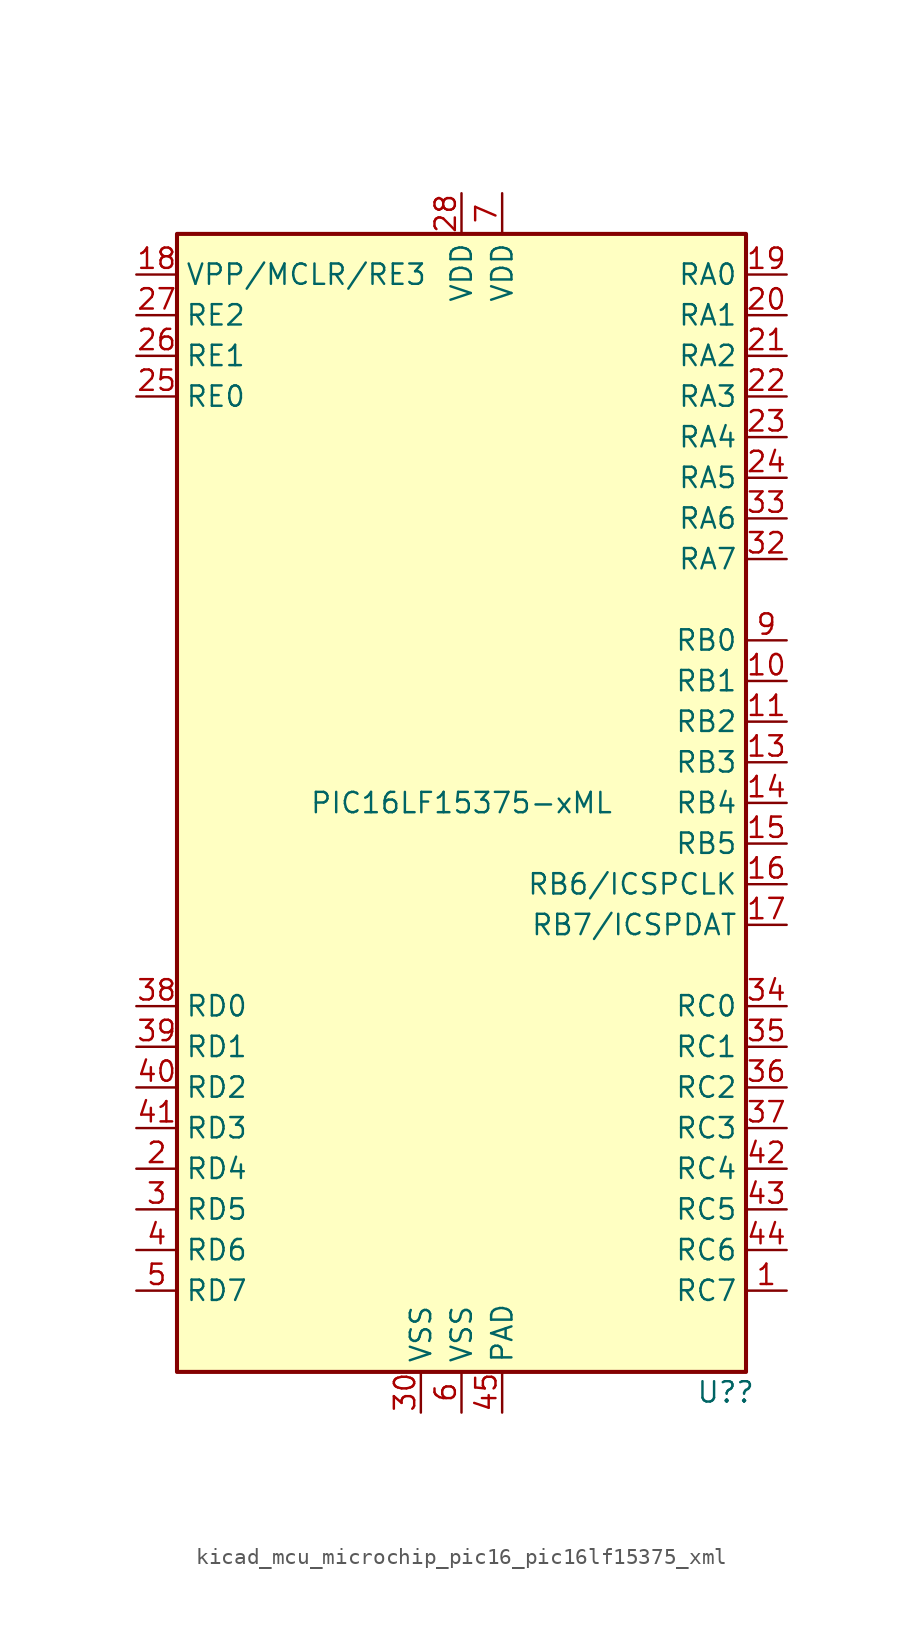
<source format=kicad_sym>
(kicad_symbol_lib
  (version 20220914)
  (generator kicad_symbol_editor)
  (symbol "kicad_mcu_microchip_pic16_pic16lf15375_xml"
    (property "Reference" "U?"
      (at 16.51 -36.83 0)
      (effects (font (size 1.27 1.27))))
    (property "Value" "PIC16LF15375-xML"
      (at 0 0 0)
      (effects (font (size 1.27 1.27))))
    (symbol "kicad_mcu_microchip_pic16_pic16lf15375_xml_0_0"
      (pin no_connect line (at -17.78 0 0) (length 2.54) hide (name "NC" (effects (font (size 1.27 1.27)))) (number "13" (effects (font (size 1.27 1.27)))))
      (pin no_connect line (at -17.78 2.54 0) (length 2.54) hide (name "NC" (effects (font (size 1.27 1.27)))) (number "29" (effects (font (size 1.27 1.27)))))
      (pin no_connect line (at -17.78 7.62 0) (length 2.54) hide (name "NC" (effects (font (size 1.27 1.27)))) (number "31" (effects (font (size 1.27 1.27)))))
      (pin power_in line (at 2.54 -38.1 90) (length 2.54) (name "PAD" (effects (font (size 1.27 1.27)))) (number "45" (effects (font (size 1.27 1.27)))))
      (pin no_connect line (at -17.78 5.08 0) (length 2.54) hide (name "NC" (effects (font (size 1.27 1.27)))) (number "8" (effects (font (size 1.27 1.27))))))
    (symbol "kicad_mcu_microchip_pic16_pic16lf15375_xml_0_1"
      (rectangle (start -17.78 35.56) (end 17.78 -35.56) (stroke (width 0.254) (type default)) (fill (type background))))
    (symbol "kicad_mcu_microchip_pic16_pic16lf15375_xml_1_1"
      (pin bidirectional line (at 20.32 -30.48 180) (length 2.54) (name "RC7" (effects (font (size 1.27 1.27)))) (number "1" (effects (font (size 1.27 1.27)))))
      (pin bidirectional line (at 20.32 7.62 180) (length 2.54) (name "RB1" (effects (font (size 1.27 1.27)))) (number "10" (effects (font (size 1.27 1.27)))))
      (pin bidirectional line (at 20.32 5.08 180) (length 2.54) (name "RB2" (effects (font (size 1.27 1.27)))) (number "11" (effects (font (size 1.27 1.27)))))
      (pin bidirectional line (at 20.32 2.54 180) (length 2.54) (name "RB3" (effects (font (size 1.27 1.27)))) (number "13" (effects (font (size 1.27 1.27)))))
      (pin bidirectional line (at 20.32 0 180) (length 2.54) (name "RB4" (effects (font (size 1.27 1.27)))) (number "14" (effects (font (size 1.27 1.27)))))
      (pin bidirectional line (at 20.32 -2.54 180) (length 2.54) (name "RB5" (effects (font (size 1.27 1.27)))) (number "15" (effects (font (size 1.27 1.27)))))
      (pin bidirectional line (at 20.32 -5.08 180) (length 2.54) (name "RB6/ICSPCLK" (effects (font (size 1.27 1.27)))) (number "16" (effects (font (size 1.27 1.27)))))
      (pin bidirectional line (at 20.32 -7.62 180) (length 2.54) (name "RB7/ICSPDAT" (effects (font (size 1.27 1.27)))) (number "17" (effects (font (size 1.27 1.27)))))
      (pin bidirectional line (at -20.32 33.02 0) (length 2.54) (name "VPP/MCLR/RE3" (effects (font (size 1.27 1.27)))) (number "18" (effects (font (size 1.27 1.27)))))
      (pin bidirectional line (at 20.32 33.02 180) (length 2.54) (name "RA0" (effects (font (size 1.27 1.27)))) (number "19" (effects (font (size 1.27 1.27)))))
      (pin bidirectional line (at -20.32 -22.86 0) (length 2.54) (name "RD4" (effects (font (size 1.27 1.27)))) (number "2" (effects (font (size 1.27 1.27)))))
      (pin bidirectional line (at 20.32 30.48 180) (length 2.54) (name "RA1" (effects (font (size 1.27 1.27)))) (number "20" (effects (font (size 1.27 1.27)))))
      (pin bidirectional line (at 20.32 27.94 180) (length 2.54) (name "RA2" (effects (font (size 1.27 1.27)))) (number "21" (effects (font (size 1.27 1.27)))))
      (pin bidirectional line (at 20.32 25.4 180) (length 2.54) (name "RA3" (effects (font (size 1.27 1.27)))) (number "22" (effects (font (size 1.27 1.27)))))
      (pin bidirectional line (at 20.32 22.86 180) (length 2.54) (name "RA4" (effects (font (size 1.27 1.27)))) (number "23" (effects (font (size 1.27 1.27)))))
      (pin bidirectional line (at 20.32 20.32 180) (length 2.54) (name "RA5" (effects (font (size 1.27 1.27)))) (number "24" (effects (font (size 1.27 1.27)))))
      (pin bidirectional line (at -20.32 25.4 0) (length 2.54) (name "RE0" (effects (font (size 1.27 1.27)))) (number "25" (effects (font (size 1.27 1.27)))))
      (pin bidirectional line (at -20.32 27.94 0) (length 2.54) (name "RE1" (effects (font (size 1.27 1.27)))) (number "26" (effects (font (size 1.27 1.27)))))
      (pin bidirectional line (at -20.32 30.48 0) (length 2.54) (name "RE2" (effects (font (size 1.27 1.27)))) (number "27" (effects (font (size 1.27 1.27)))))
      (pin power_in line (at 0 38.1 270) (length 2.54) (name "VDD" (effects (font (size 1.27 1.27)))) (number "28" (effects (font (size 1.27 1.27)))))
      (pin bidirectional line (at -20.32 -25.4 0) (length 2.54) (name "RD5" (effects (font (size 1.27 1.27)))) (number "3" (effects (font (size 1.27 1.27)))))
      (pin power_in line (at -2.54 -38.1 90) (length 2.54) (name "VSS" (effects (font (size 1.27 1.27)))) (number "30" (effects (font (size 1.27 1.27)))))
      (pin bidirectional line (at 20.32 15.24 180) (length 2.54) (name "RA7" (effects (font (size 1.27 1.27)))) (number "32" (effects (font (size 1.27 1.27)))))
      (pin bidirectional line (at 20.32 17.78 180) (length 2.54) (name "RA6" (effects (font (size 1.27 1.27)))) (number "33" (effects (font (size 1.27 1.27)))))
      (pin bidirectional line (at 20.32 -12.7 180) (length 2.54) (name "RC0" (effects (font (size 1.27 1.27)))) (number "34" (effects (font (size 1.27 1.27)))))
      (pin bidirectional line (at 20.32 -15.24 180) (length 2.54) (name "RC1" (effects (font (size 1.27 1.27)))) (number "35" (effects (font (size 1.27 1.27)))))
      (pin bidirectional line (at 20.32 -17.78 180) (length 2.54) (name "RC2" (effects (font (size 1.27 1.27)))) (number "36" (effects (font (size 1.27 1.27)))))
      (pin bidirectional line (at 20.32 -20.32 180) (length 2.54) (name "RC3" (effects (font (size 1.27 1.27)))) (number "37" (effects (font (size 1.27 1.27)))))
      (pin bidirectional line (at -20.32 -12.7 0) (length 2.54) (name "RD0" (effects (font (size 1.27 1.27)))) (number "38" (effects (font (size 1.27 1.27)))))
      (pin bidirectional line (at -20.32 -15.24 0) (length 2.54) (name "RD1" (effects (font (size 1.27 1.27)))) (number "39" (effects (font (size 1.27 1.27)))))
      (pin bidirectional line (at -20.32 -27.94 0) (length 2.54) (name "RD6" (effects (font (size 1.27 1.27)))) (number "4" (effects (font (size 1.27 1.27)))))
      (pin bidirectional line (at -20.32 -17.78 0) (length 2.54) (name "RD2" (effects (font (size 1.27 1.27)))) (number "40" (effects (font (size 1.27 1.27)))))
      (pin bidirectional line (at -20.32 -20.32 0) (length 2.54) (name "RD3" (effects (font (size 1.27 1.27)))) (number "41" (effects (font (size 1.27 1.27)))))
      (pin bidirectional line (at 20.32 -22.86 180) (length 2.54) (name "RC4" (effects (font (size 1.27 1.27)))) (number "42" (effects (font (size 1.27 1.27)))))
      (pin bidirectional line (at 20.32 -25.4 180) (length 2.54) (name "RC5" (effects (font (size 1.27 1.27)))) (number "43" (effects (font (size 1.27 1.27)))))
      (pin bidirectional line (at 20.32 -27.94 180) (length 2.54) (name "RC6" (effects (font (size 1.27 1.27)))) (number "44" (effects (font (size 1.27 1.27)))))
      (pin bidirectional line (at -20.32 -30.48 0) (length 2.54) (name "RD7" (effects (font (size 1.27 1.27)))) (number "5" (effects (font (size 1.27 1.27)))))
      (pin power_in line (at 0 -38.1 90) (length 2.54) (name "VSS" (effects (font (size 1.27 1.27)))) (number "6" (effects (font (size 1.27 1.27)))))
      (pin power_in line (at 2.54 38.1 270) (length 2.54) (name "VDD" (effects (font (size 1.27 1.27)))) (number "7" (effects (font (size 1.27 1.27)))))
      (pin bidirectional line (at 20.32 10.16 180) (length 2.54) (name "RB0" (effects (font (size 1.27 1.27)))) (number "9" (effects (font (size 1.27 1.27))))))))
</source>
